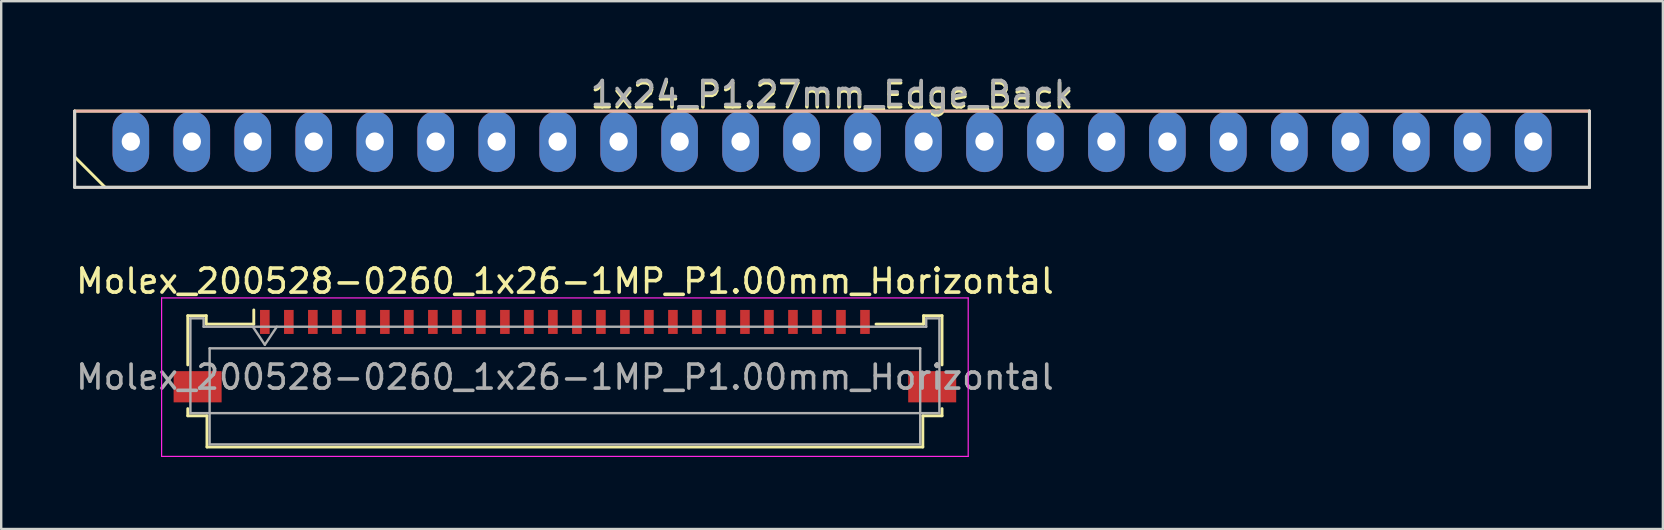
<source format=kicad_pcb>
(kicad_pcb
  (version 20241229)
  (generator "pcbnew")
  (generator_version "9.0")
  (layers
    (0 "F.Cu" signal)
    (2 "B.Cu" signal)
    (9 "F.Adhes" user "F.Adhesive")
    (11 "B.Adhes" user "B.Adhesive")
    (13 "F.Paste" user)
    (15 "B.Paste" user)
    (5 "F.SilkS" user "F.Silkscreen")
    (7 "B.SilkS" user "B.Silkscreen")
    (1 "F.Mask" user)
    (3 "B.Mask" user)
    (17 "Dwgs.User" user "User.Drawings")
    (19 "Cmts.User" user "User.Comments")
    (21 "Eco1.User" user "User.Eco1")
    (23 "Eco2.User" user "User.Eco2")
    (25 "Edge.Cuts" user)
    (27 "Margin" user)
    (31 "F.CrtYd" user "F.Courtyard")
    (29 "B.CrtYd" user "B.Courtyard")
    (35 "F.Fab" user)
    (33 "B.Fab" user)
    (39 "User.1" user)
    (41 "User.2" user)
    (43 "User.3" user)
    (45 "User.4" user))
  (footprint "1x24_P1.27mm_Edge_Back"
    (layer "F.Cu")
    (at 31.61 2.848)
    (property "Reference" "1x24_P1.27mm_Edge_Back" (at 0 -1.905 0) (layer "F.SilkS") (effects (font (size 1 1) (thickness 0.15))))
    (attr exclude_from_pos_files exclude_from_bom)
    (fp_line (start -31.55 -1.27) (end -31.55 0.635) (stroke (width 0.12) (type solid)) (layer "F.SilkS"))
    (fp_line (start -31.55 -1.27) (end 31.55 -1.27) (stroke (width 0.12) (type solid)) (layer "F.SilkS"))
    (fp_line (start -30.28 1.905) (end -31.55 0.635) (stroke (width 0.12) (type solid)) (layer "F.SilkS"))
    (fp_line (start -30.28 1.905) (end 31.55 1.905) (stroke (width 0.12) (type solid)) (layer "F.SilkS"))
    (fp_line (start 31.55 -1.27) (end 31.55 1.905) (stroke (width 0.12) (type solid)) (layer "F.SilkS"))
    (fp_line (start -31.55 -1.27) (end -31.55 1.905) (stroke (width 0.12) (type solid)) (layer "B.SilkS"))
    (fp_line (start -31.55 -1.27) (end 31.55 -1.27) (stroke (width 0.12) (type solid)) (layer "B.SilkS"))
    (fp_line (start -31.55 1.905) (end 31.55 1.905) (stroke (width 0.12) (type solid)) (layer "B.SilkS"))
    (fp_line (start 31.55 -1.27) (end 31.55 1.905) (stroke (width 0.12) (type solid)) (layer "B.SilkS"))
    (fp_line (start -31.55 1.905) (end -31.55 -1.27) (stroke (width 0.12) (type solid)) (layer "Edge.Cuts"))
    (fp_line (start -31.55 1.905) (end 31.55 1.905) (stroke (width 0.12) (type solid)) (layer "Edge.Cuts"))
    (fp_line (start 31.55 1.905) (end 31.55 -1.27) (stroke (width 0.12) (type solid)) (layer "Edge.Cuts"))
    (fp_text user "${REFERENCE}" (at 0 -2 0) (layer "F.Fab") (effects (font (size 1 1) (thickness 0.15))))
    (pad "1" thru_hole oval (at -29.21 0) (size 1.524 2.54) (drill 0.762) (layers "*.Cu" "*.Mask"))
    (pad "2" thru_hole oval (at -26.67 0) (size 1.524 2.54) (drill 0.762) (layers "*.Cu" "*.Mask"))
    (pad "3" thru_hole oval (at -24.13 0) (size 1.524 2.54) (drill 0.762) (layers "*.Cu" "*.Mask"))
    (pad "4" thru_hole oval (at -21.59 0) (size 1.524 2.54) (drill 0.762) (layers "*.Cu" "*.Mask"))
    (pad "5" thru_hole oval (at -19.05 0) (size 1.524 2.54) (drill 0.762) (layers "*.Cu" "*.Mask"))
    (pad "6" thru_hole oval (at -16.51 0) (size 1.524 2.54) (drill 0.762) (layers "*.Cu" "*.Mask"))
    (pad "7" thru_hole oval (at -13.97 0) (size 1.524 2.54) (drill 0.762) (layers "*.Cu" "*.Mask"))
    (pad "8" thru_hole oval (at -11.43 0) (size 1.524 2.54) (drill 0.762) (layers "*.Cu" "*.Mask"))
    (pad "9" thru_hole oval (at -8.89 0) (size 1.524 2.54) (drill 0.762) (layers "*.Cu" "*.Mask"))
    (pad "10" thru_hole oval (at -6.35 0) (size 1.524 2.54) (drill 0.762) (layers "*.Cu" "*.Mask"))
    (pad "11" thru_hole oval (at -3.81 0) (size 1.524 2.54) (drill 0.762) (layers "*.Cu" "*.Mask"))
    (pad "12" thru_hole oval (at -1.27 0) (size 1.524 2.54) (drill 0.762) (layers "*.Cu" "*.Mask"))
    (pad "13" thru_hole oval (at 1.27 0) (size 1.524 2.54) (drill 0.762) (layers "*.Cu" "*.Mask"))
    (pad "14" thru_hole oval (at 3.81 0) (size 1.524 2.54) (drill 0.762) (layers "*.Cu" "*.Mask"))
    (pad "15" thru_hole oval (at 6.35 0) (size 1.524 2.54) (drill 0.762) (layers "*.Cu" "*.Mask"))
    (pad "16" thru_hole oval (at 8.89 0) (size 1.524 2.54) (drill 0.762) (layers "*.Cu" "*.Mask"))
    (pad "17" thru_hole oval (at 11.43 0) (size 1.524 2.54) (drill 0.762) (layers "*.Cu" "*.Mask"))
    (pad "18" thru_hole oval (at 13.97 0) (size 1.524 2.54) (drill 0.762) (layers "*.Cu" "*.Mask"))
    (pad "19" thru_hole oval (at 16.51 0) (size 1.524 2.54) (drill 0.762) (layers "*.Cu" "*.Mask"))
    (pad "20" thru_hole oval (at 19.05 0) (size 1.524 2.54) (drill 0.762) (layers "*.Cu" "*.Mask"))
    (pad "21" thru_hole oval (at 21.59 0) (size 1.524 2.54) (drill 0.762) (layers "*.Cu" "*.Mask"))
    (pad "22" thru_hole oval (at 24.13 0) (size 1.524 2.54) (drill 0.762) (layers "*.Cu" "*.Mask"))
    (pad "23" thru_hole oval (at 26.67 0) (size 1.524 2.54) (drill 0.762) (layers "*.Cu" "*.Mask"))
    (pad "24" thru_hole oval (at 29.21 0) (size 1.524 2.54) (drill 0.762) (layers "*.Cu" "*.Mask")))
  (footprint "Molex_200528-0260_1x26-1MP_P1.00mm_Horizontal"
    (layer "F.Cu")
    (at 20.482 11.271)
    (property "Reference" "Molex_200528-0260_1x26-1MP_P1.00mm_Horizontal" (at 0 -2.61 0) (layer "F.SilkS") (effects (font (size 1 1) (thickness 0.15))))
    (attr smd)
    (fp_line (start -15.71 -1.17) (end -15.71 0.88) (stroke (width 0.12) (type solid)) (layer "F.SilkS"))
    (fp_line (start -15.71 2.7) (end -15.71 3) (stroke (width 0.12) (type solid)) (layer "F.SilkS"))
    (fp_line (start -15.71 3) (end -14.91 3) (stroke (width 0.12) (type solid)) (layer "F.SilkS"))
    (fp_line (start -14.94 -1.17) (end -15.71 -1.17) (stroke (width 0.12) (type solid)) (layer "F.SilkS"))
    (fp_line (start -14.94 -0.82) (end -14.94 -1.17) (stroke (width 0.12) (type solid)) (layer "F.SilkS"))
    (fp_line (start -14.91 3) (end -14.91 4.3) (stroke (width 0.12) (type solid)) (layer "F.SilkS"))
    (fp_line (start -14.91 4.3) (end 14.91 4.3) (stroke (width 0.12) (type solid)) (layer "F.SilkS"))
    (fp_line (start -12.96 -1.41) (end -12.96 -0.82) (stroke (width 0.12) (type solid)) (layer "F.SilkS"))
    (fp_line (start -12.96 -0.82) (end -14.94 -0.82) (stroke (width 0.12) (type solid)) (layer "F.SilkS"))
    (fp_line (start 14.91 3) (end 15.71 3) (stroke (width 0.12) (type solid)) (layer "F.SilkS"))
    (fp_line (start 14.91 4.3) (end 14.91 3) (stroke (width 0.12) (type solid)) (layer "F.SilkS"))
    (fp_line (start 14.94 -1.17) (end 14.94 -0.82) (stroke (width 0.12) (type solid)) (layer "F.SilkS"))
    (fp_line (start 14.94 -0.82) (end 12.96 -0.82) (stroke (width 0.12) (type solid)) (layer "F.SilkS"))
    (fp_line (start 15.71 -1.17) (end 14.94 -1.17) (stroke (width 0.12) (type solid)) (layer "F.SilkS"))
    (fp_line (start 15.71 0.88) (end 15.71 -1.17) (stroke (width 0.12) (type solid)) (layer "F.SilkS"))
    (fp_line (start 15.71 3) (end 15.71 2.7) (stroke (width 0.12) (type solid)) (layer "F.SilkS"))
    (fp_line (start -16.8 -1.91) (end -16.8 4.69) (stroke (width 0.05) (type solid)) (layer "F.CrtYd"))
    (fp_line (start -16.8 4.69) (end 16.8 4.69) (stroke (width 0.05) (type solid)) (layer "F.CrtYd"))
    (fp_line (start 16.8 -1.91) (end -16.8 -1.91) (stroke (width 0.05) (type solid)) (layer "F.CrtYd"))
    (fp_line (start 16.8 4.69) (end 16.8 -1.91) (stroke (width 0.05) (type solid)) (layer "F.CrtYd"))
    (fp_line (start -15.6 -1.06) (end -15.6 2.89) (stroke (width 0.1) (type solid)) (layer "F.Fab"))
    (fp_line (start -15.6 2.89) (end 15.6 2.89) (stroke (width 0.1) (type solid)) (layer "F.Fab"))
    (fp_line (start -15.05 -1.06) (end -15.6 -1.06) (stroke (width 0.1) (type solid)) (layer "F.Fab"))
    (fp_line (start -15.05 -0.71) (end -15.05 -1.06) (stroke (width 0.1) (type solid)) (layer "F.Fab"))
    (fp_line (start -14.8 0.19) (end -14.8 4.19) (stroke (width 0.1) (type solid)) (layer "F.Fab"))
    (fp_line (start -14.8 4.19) (end 14.8 4.19) (stroke (width 0.1) (type solid)) (layer "F.Fab"))
    (fp_line (start -13 -0.71) (end -12.5 0.04) (stroke (width 0.1) (type solid)) (layer "F.Fab"))
    (fp_line (start -12.5 0.04) (end -12 -0.71) (stroke (width 0.1) (type solid)) (layer "F.Fab"))
    (fp_line (start 14.8 0.19) (end -14.8 0.19) (stroke (width 0.1) (type solid)) (layer "F.Fab"))
    (fp_line (start 14.8 4.19) (end 14.8 0.19) (stroke (width 0.1) (type solid)) (layer "F.Fab"))
    (fp_line (start 15.05 -1.06) (end 15.05 -0.71) (stroke (width 0.1) (type solid)) (layer "F.Fab"))
    (fp_line (start 15.05 -0.71) (end -15.05 -0.71) (stroke (width 0.1) (type solid)) (layer "F.Fab"))
    (fp_line (start 15.6 -1.06) (end 15.05 -1.06) (stroke (width 0.1) (type solid)) (layer "F.Fab"))
    (fp_line (start 15.6 2.89) (end 15.6 -1.06) (stroke (width 0.1) (type solid)) (layer "F.Fab"))
    (fp_text user "${REFERENCE}" (at 0 1.39 0) (layer "F.Fab") (effects (font (size 1 1) (thickness 0.15))))
    (pad "1" smd rect (at -12.5 -0.91) (size 0.4 1) (layers "F.Cu" "F.Mask" "F.Paste"))
    (pad "2" smd rect (at -11.5 -0.91) (size 0.4 1) (layers "F.Cu" "F.Mask" "F.Paste"))
    (pad "3" smd rect (at -10.5 -0.91) (size 0.4 1) (layers "F.Cu" "F.Mask" "F.Paste"))
    (pad "4" smd rect (at -9.5 -0.91) (size 0.4 1) (layers "F.Cu" "F.Mask" "F.Paste"))
    (pad "5" smd rect (at -8.5 -0.91) (size 0.4 1) (layers "F.Cu" "F.Mask" "F.Paste"))
    (pad "6" smd rect (at -7.5 -0.91) (size 0.4 1) (layers "F.Cu" "F.Mask" "F.Paste"))
    (pad "7" smd rect (at -6.5 -0.91) (size 0.4 1) (layers "F.Cu" "F.Mask" "F.Paste"))
    (pad "8" smd rect (at -5.5 -0.91) (size 0.4 1) (layers "F.Cu" "F.Mask" "F.Paste"))
    (pad "9" smd rect (at -4.5 -0.91) (size 0.4 1) (layers "F.Cu" "F.Mask" "F.Paste"))
    (pad "10" smd rect (at -3.5 -0.91) (size 0.4 1) (layers "F.Cu" "F.Mask" "F.Paste"))
    (pad "11" smd rect (at -2.5 -0.91) (size 0.4 1) (layers "F.Cu" "F.Mask" "F.Paste"))
    (pad "12" smd rect (at -1.5 -0.91) (size 0.4 1) (layers "F.Cu" "F.Mask" "F.Paste"))
    (pad "13" smd rect (at -0.5 -0.91) (size 0.4 1) (layers "F.Cu" "F.Mask" "F.Paste"))
    (pad "14" smd rect (at 0.5 -0.91) (size 0.4 1) (layers "F.Cu" "F.Mask" "F.Paste"))
    (pad "15" smd rect (at 1.5 -0.91) (size 0.4 1) (layers "F.Cu" "F.Mask" "F.Paste"))
    (pad "16" smd rect (at 2.5 -0.91) (size 0.4 1) (layers "F.Cu" "F.Mask" "F.Paste"))
    (pad "17" smd rect (at 3.5 -0.91) (size 0.4 1) (layers "F.Cu" "F.Mask" "F.Paste"))
    (pad "18" smd rect (at 4.5 -0.91) (size 0.4 1) (layers "F.Cu" "F.Mask" "F.Paste"))
    (pad "19" smd rect (at 5.5 -0.91) (size 0.4 1) (layers "F.Cu" "F.Mask" "F.Paste"))
    (pad "20" smd rect (at 6.5 -0.91) (size 0.4 1) (layers "F.Cu" "F.Mask" "F.Paste"))
    (pad "21" smd rect (at 7.5 -0.91) (size 0.4 1) (layers "F.Cu" "F.Mask" "F.Paste"))
    (pad "22" smd rect (at 8.5 -0.91) (size 0.4 1) (layers "F.Cu" "F.Mask" "F.Paste"))
    (pad "23" smd rect (at 9.5 -0.91) (size 0.4 1) (layers "F.Cu" "F.Mask" "F.Paste"))
    (pad "24" smd rect (at 10.5 -0.91) (size 0.4 1) (layers "F.Cu" "F.Mask" "F.Paste"))
    (pad "25" smd rect (at 11.5 -0.91) (size 0.4 1) (layers "F.Cu" "F.Mask" "F.Paste"))
    (pad "26" smd rect (at 12.5 -0.91) (size 0.4 1) (layers "F.Cu" "F.Mask" "F.Paste"))
    (pad "MP" smd rect (at -15.3 1.79) (size 2 1.3) (layers "F.Cu" "F.Mask" "F.Paste"))
    (pad "MP" smd rect (at 15.3 1.79) (size 2 1.3) (layers "F.Cu" "F.Mask" "F.Paste")))
  (gr_rect
    (start -3 -3)
    (end 66.22 18.986)
    (stroke (width 0.1) (type default))
    (fill no)
    (layer "Edge.Cuts")))
</source>
